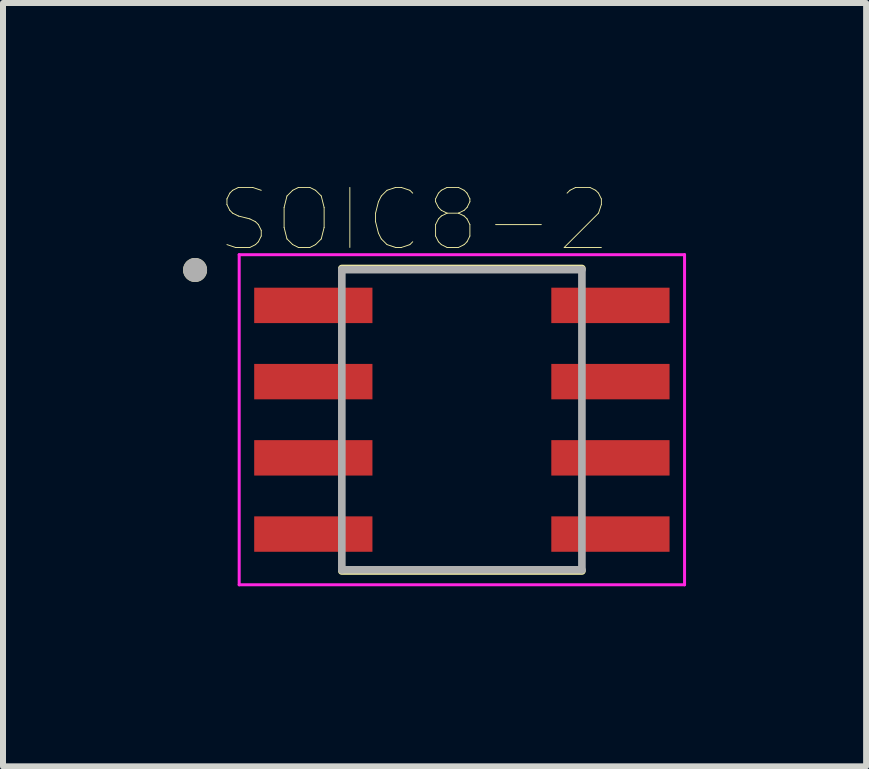
<source format=kicad_pcb>
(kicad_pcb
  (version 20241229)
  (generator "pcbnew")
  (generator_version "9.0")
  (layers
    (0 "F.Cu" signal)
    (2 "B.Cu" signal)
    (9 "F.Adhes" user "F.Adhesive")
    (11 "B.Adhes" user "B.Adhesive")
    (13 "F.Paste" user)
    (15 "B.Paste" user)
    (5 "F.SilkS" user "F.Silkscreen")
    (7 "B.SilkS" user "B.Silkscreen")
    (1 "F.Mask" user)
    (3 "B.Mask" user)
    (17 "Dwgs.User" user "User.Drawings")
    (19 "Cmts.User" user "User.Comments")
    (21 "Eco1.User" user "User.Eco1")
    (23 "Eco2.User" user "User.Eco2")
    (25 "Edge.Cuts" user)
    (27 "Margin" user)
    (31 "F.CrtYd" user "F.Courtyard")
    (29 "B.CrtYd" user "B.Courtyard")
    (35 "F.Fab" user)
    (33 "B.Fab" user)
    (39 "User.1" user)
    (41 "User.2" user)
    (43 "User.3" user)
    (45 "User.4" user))
  (footprint "SOIC8-2"
    (layer "F.Cu")
    (at 4.645 3.943)
    (property "Reference" "SOIC8-2" (at -0.795 -3.332 0) (layer "F.SilkS") (effects (font (size 1 1) (thickness 0.015))))
    (attr through_hole)
    (fp_line (start -2 -2.52) (end 2 -2.52) (stroke (width 0.127) (type solid)) (layer "F.SilkS"))
    (fp_line (start -2 2.52) (end 2 2.52) (stroke (width 0.127) (type solid)) (layer "F.SilkS"))
    (fp_circle (center -4.445 -2.495) (end -4.345 -2.495) (stroke (width 0.2) (type solid)) (fill no) (layer "F.SilkS"))
    (fp_line (start -3.71 -2.75) (end -3.71 2.75) (stroke (width 0.05) (type solid)) (layer "F.CrtYd"))
    (fp_line (start -3.71 -2.75) (end 3.71 -2.75) (stroke (width 0.05) (type solid)) (layer "F.CrtYd"))
    (fp_line (start -3.71 2.75) (end 3.71 2.75) (stroke (width 0.05) (type solid)) (layer "F.CrtYd"))
    (fp_line (start 3.71 -2.75) (end 3.71 2.75) (stroke (width 0.05) (type solid)) (layer "F.CrtYd"))
    (fp_line (start -2 -2.5) (end -2 2.5) (stroke (width 0.127) (type solid)) (layer "F.Fab"))
    (fp_line (start -2 -2.5) (end 2 -2.5) (stroke (width 0.127) (type solid)) (layer "F.Fab"))
    (fp_line (start -2 2.5) (end 2 2.5) (stroke (width 0.127) (type solid)) (layer "F.Fab"))
    (fp_line (start 2 -2.5) (end 2 2.5) (stroke (width 0.127) (type solid)) (layer "F.Fab"))
    (fp_circle (center -4.445 -2.495) (end -4.345 -2.495) (stroke (width 0.2) (type solid)) (fill no) (layer "F.Fab"))
    (pad "1" smd rect (at -2.475 -1.905) (size 1.97 0.59) (layers "F.Cu" "F.Mask" "F.Paste"))
    (pad "2" smd rect (at -2.475 -0.635) (size 1.97 0.59) (layers "F.Cu" "F.Mask" "F.Paste"))
    (pad "3" smd rect (at -2.475 0.635) (size 1.97 0.59) (layers "F.Cu" "F.Mask" "F.Paste"))
    (pad "4" smd rect (at -2.475 1.905) (size 1.97 0.59) (layers "F.Cu" "F.Mask" "F.Paste"))
    (pad "5" smd rect (at 2.475 1.905) (size 1.97 0.59) (layers "F.Cu" "F.Mask" "F.Paste"))
    (pad "6" smd rect (at 2.475 0.635) (size 1.97 0.59) (layers "F.Cu" "F.Mask" "F.Paste"))
    (pad "7" smd rect (at 2.475 -0.635) (size 1.97 0.59) (layers "F.Cu" "F.Mask" "F.Paste"))
    (pad "8" smd rect (at 2.475 -1.905) (size 1.97 0.59) (layers "F.Cu" "F.Mask" "F.Paste")))
  (gr_rect
    (start -3 -3)
    (end 11.38 9.718)
    (stroke (width 0.1) (type default))
    (fill no)
    (layer "Edge.Cuts")))
</source>
